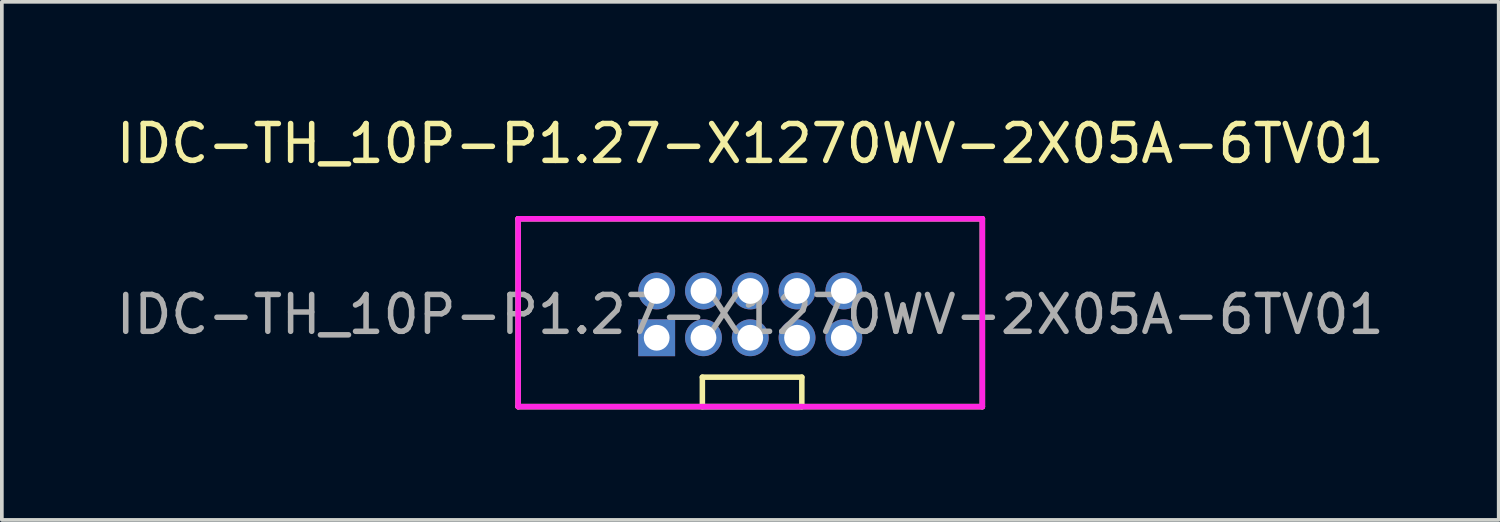
<source format=kicad_pcb>
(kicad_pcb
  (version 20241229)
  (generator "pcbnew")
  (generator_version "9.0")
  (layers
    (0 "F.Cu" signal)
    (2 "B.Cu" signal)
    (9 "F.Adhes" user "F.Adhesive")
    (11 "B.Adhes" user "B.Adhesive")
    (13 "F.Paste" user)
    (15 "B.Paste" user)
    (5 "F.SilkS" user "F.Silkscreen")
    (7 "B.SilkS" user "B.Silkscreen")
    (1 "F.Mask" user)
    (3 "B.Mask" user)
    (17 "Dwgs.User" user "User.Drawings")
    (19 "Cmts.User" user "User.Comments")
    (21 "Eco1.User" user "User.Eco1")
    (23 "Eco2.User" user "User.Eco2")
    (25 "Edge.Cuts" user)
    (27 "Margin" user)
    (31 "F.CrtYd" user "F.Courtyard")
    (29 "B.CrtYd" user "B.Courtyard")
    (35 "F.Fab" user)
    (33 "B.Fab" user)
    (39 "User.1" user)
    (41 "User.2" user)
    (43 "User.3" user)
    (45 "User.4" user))
  (footprint "IDC-TH_10P-P1.27-X1270WV-2X05A-6TV01"
    (layer "F.Cu")
    (at 17.315 5.488)
    (property "Reference" "IDC-TH_10P-P1.27-X1270WV-2X05A-6TV01" (at 0 -4.64 0) (layer "F.SilkS") (effects (font (size 1 1) (thickness 0.15))))
    (attr through_hole)
    (fp_line (start -6.3 -2.6) (end 6.3 -2.6) (stroke (width 0.15) (type solid)) (layer "F.SilkS"))
    (fp_line (start -6.3 2.5) (end -6.3 -2.6) (stroke (width 0.15) (type solid)) (layer "F.SilkS"))
    (fp_line (start -1.3 1.7) (end 1.4 1.7) (stroke (width 0.15) (type solid)) (layer "F.SilkS"))
    (fp_line (start -1.3 2.5) (end -1.3 1.7) (stroke (width 0.15) (type solid)) (layer "F.SilkS"))
    (fp_line (start 1.4 1.7) (end 1.4 2.5) (stroke (width 0.15) (type solid)) (layer "F.SilkS"))
    (fp_line (start 6.3 -2.6) (end 6.3 2.5) (stroke (width 0.15) (type solid)) (layer "F.SilkS"))
    (fp_line (start 6.3 2.5) (end -6.3 2.5) (stroke (width 0.15) (type solid)) (layer "F.SilkS"))
    (fp_line (start -6.3 -2.6) (end 6.3 -2.6) (stroke (width 0.15) (type solid)) (layer "F.CrtYd"))
    (fp_line (start -6.3 2.5) (end -6.3 -2.6) (stroke (width 0.15) (type solid)) (layer "F.CrtYd"))
    (fp_line (start 6.3 -2.6) (end 6.3 2.5) (stroke (width 0.15) (type solid)) (layer "F.CrtYd"))
    (fp_line (start 6.3 2.5) (end -6.3 2.5) (stroke (width 0.15) (type solid)) (layer "F.CrtYd"))
    (fp_line (start 1.4 2.5) (end -1.3 2.5) (stroke (width 0.15) (type solid)) (layer "F.Fab"))
    (fp_text user "${REFERENCE}" (at 0 0 0) (layer "F.Fab") (effects (font (size 1 1) (thickness 0.15))))
    (pad "1" thru_hole rect (at -2.54 0.63) (size 1 1) (drill 0.7) (layers "*.Cu" "*.Mask"))
    (pad "2" thru_hole circle (at -2.54 -0.64) (size 1 1) (drill 0.7) (layers "*.Cu" "*.Mask"))
    (pad "3" thru_hole circle (at -1.27 0.63) (size 1 1) (drill 0.7) (layers "*.Cu" "*.Mask"))
    (pad "4" thru_hole circle (at -1.27 -0.64) (size 1 1) (drill 0.7) (layers "*.Cu" "*.Mask"))
    (pad "5" thru_hole circle (at 0 0.63) (size 1 1) (drill 0.7) (layers "*.Cu" "*.Mask"))
    (pad "6" thru_hole circle (at 0 -0.64) (size 1 1) (drill 0.7) (layers "*.Cu" "*.Mask"))
    (pad "7" thru_hole circle (at 1.27 0.63) (size 1 1) (drill 0.7) (layers "*.Cu" "*.Mask"))
    (pad "8" thru_hole circle (at 1.27 -0.64) (size 1 1) (drill 0.7) (layers "*.Cu" "*.Mask"))
    (pad "9" thru_hole circle (at 2.54 0.63) (size 1 1) (drill 0.7) (layers "*.Cu" "*.Mask"))
    (pad "10" thru_hole circle (at 2.54 -0.64) (size 1 1) (drill 0.7) (layers "*.Cu" "*.Mask")))
  (gr_rect
    (start -3 -3)
    (end 37.631 11.063)
    (stroke (width 0.1) (type default))
    (fill no)
    (layer "Edge.Cuts")))
</source>
